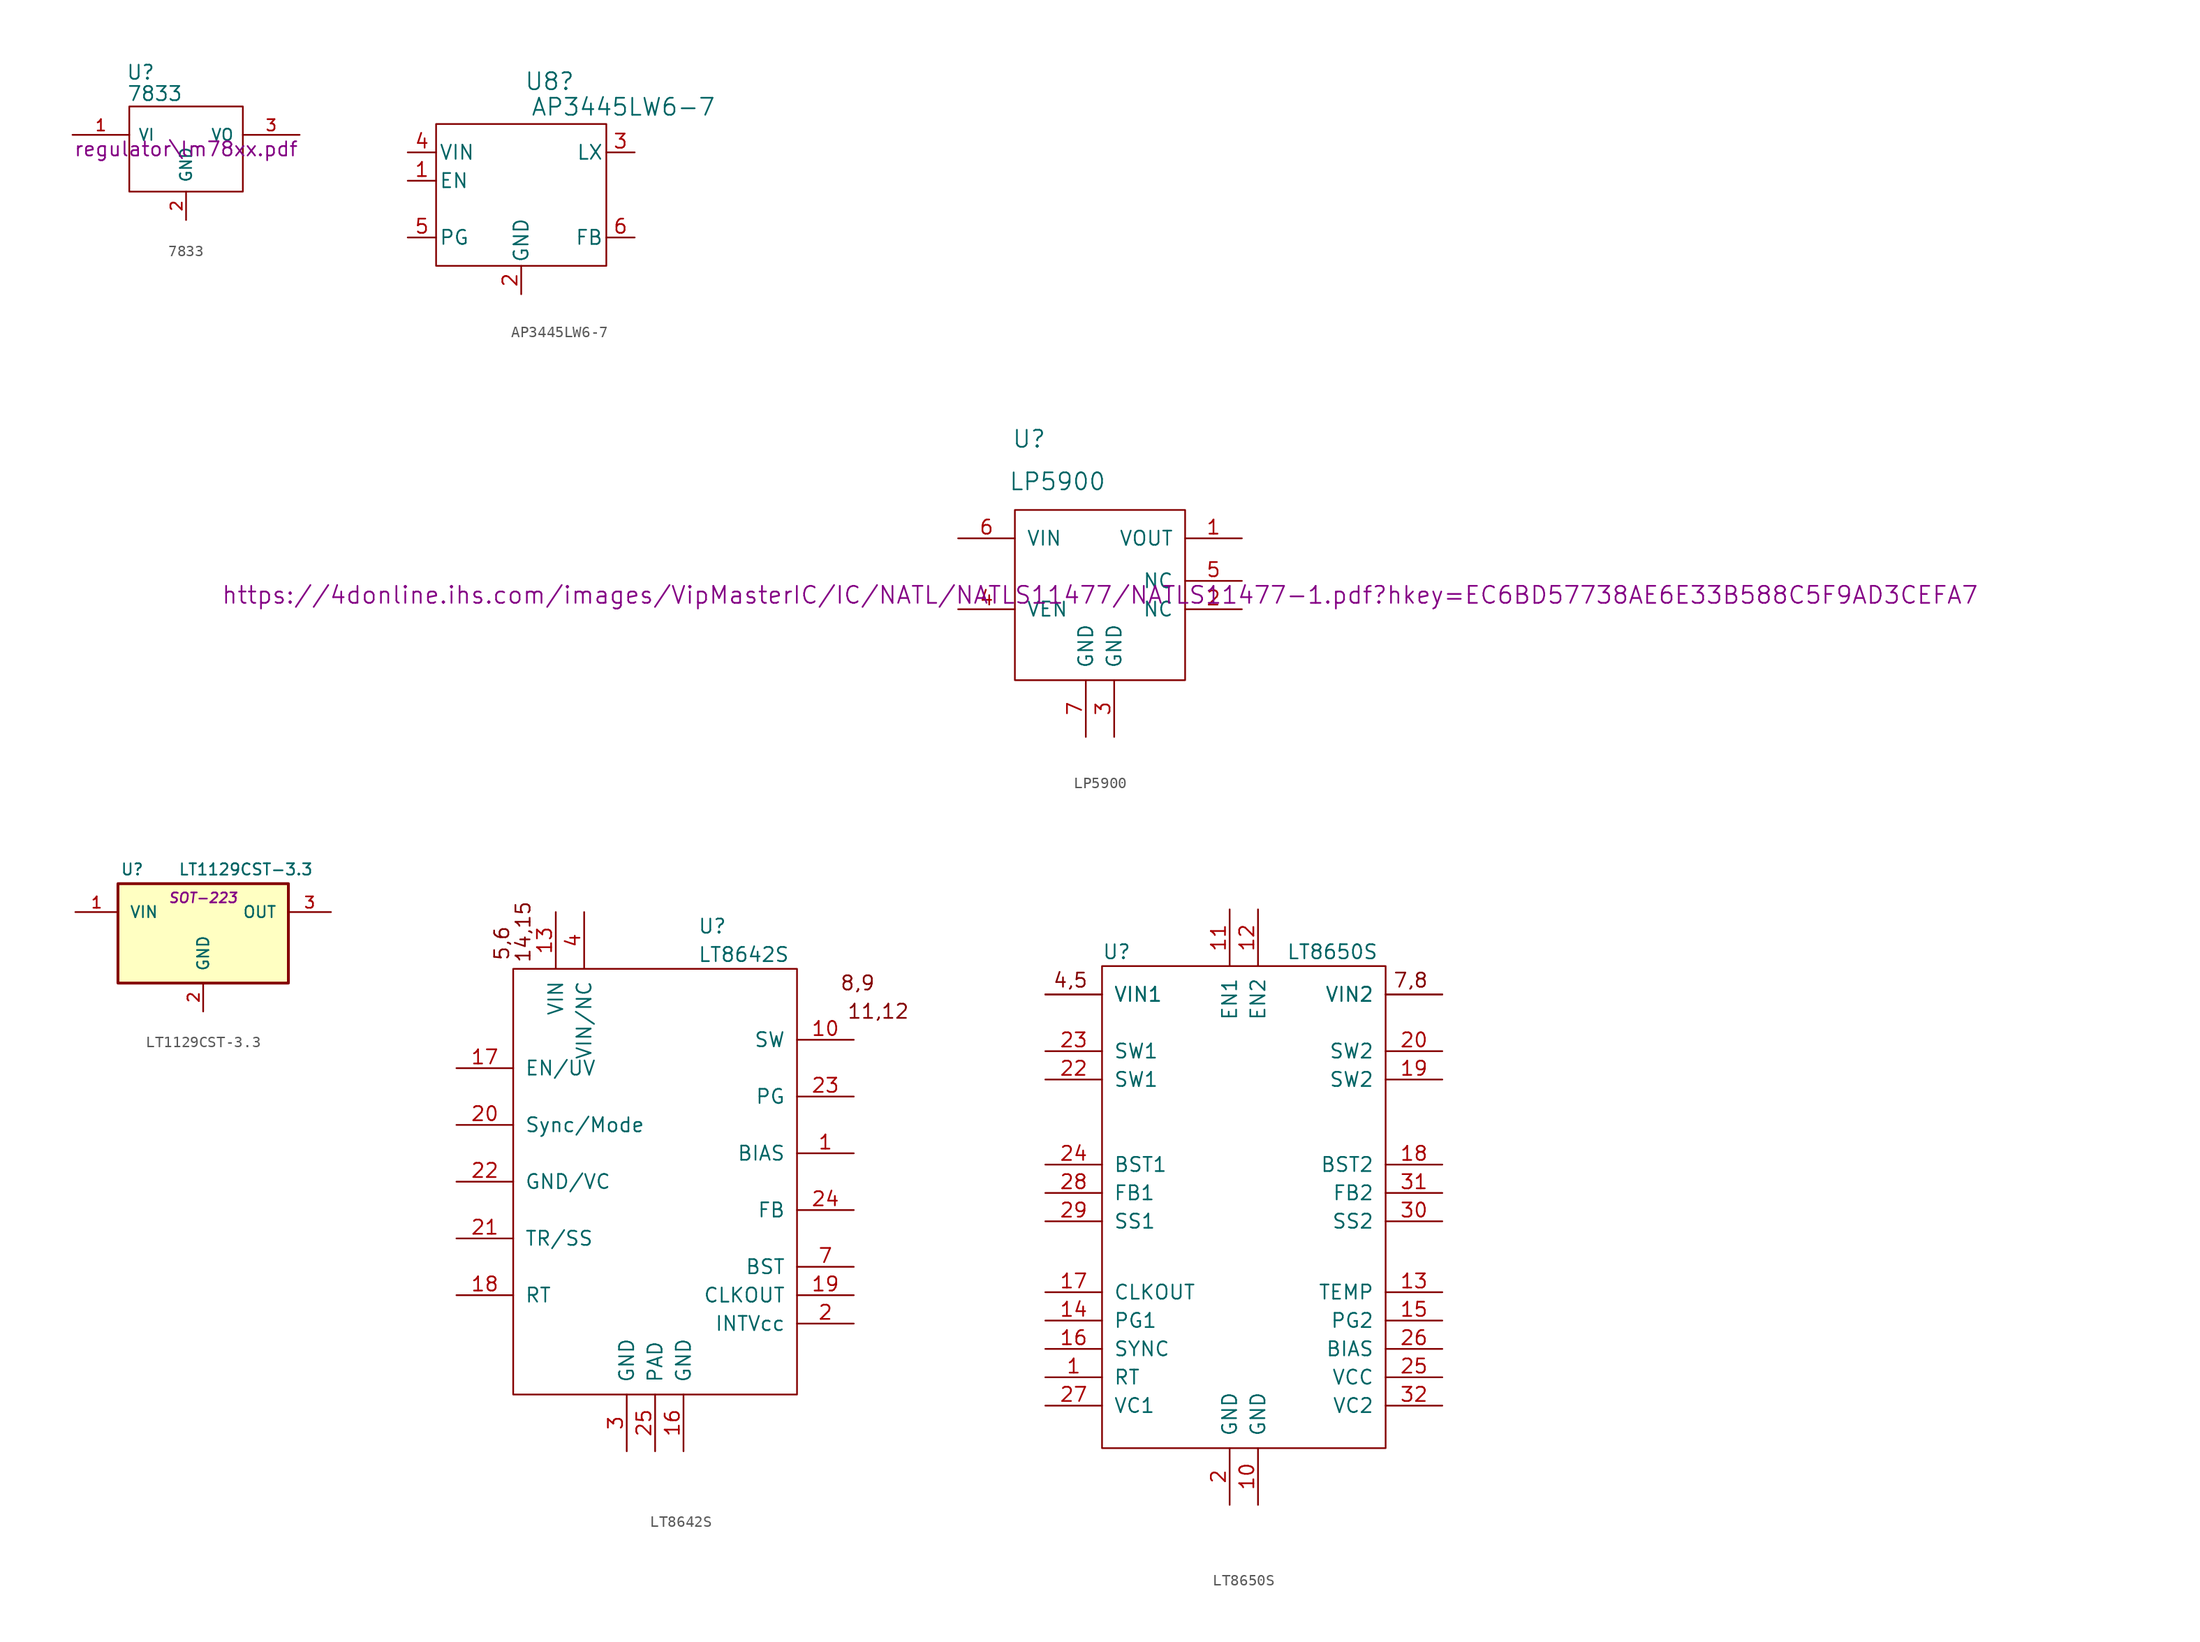
<source format=kicad_sym>
(kicad_symbol_lib
  (version 20231120)
  (generator "kicad_symbol_editor")
  (generator_version "8.0")
  (symbol "7833"
    (pin_names
      (offset 0.762))
    (property "Reference" "U"
      (at -4.064 6.858 0)
      (effects (font (size 1.27 1.27))))
    (property "Value" "7833"
      (at -2.794 4.953 0)
      (effects (font (size 1.27 1.27))))
    (property "Footprint" ""
      (at 0 0 0)
      (effects (font (size 1.27 1.27))))
    (property "Datasheet" "regulator\\lm78xx.pdf"
      (at 0 0 0)
      (effects (font (size 1.27 1.27))))
    (symbol "7833_0_1"
      (rectangle (start -5.08 -3.81) (end 5.08 3.81) (stroke (width 0) (type default)) (fill (type none))))
    (symbol "7833_1_1"
      (pin input line (at -10.16 1.27 0) (length 5.08) (name "VI" (effects (font (size 1.016 1.016)))) (number "1" (effects (font (size 1.016 1.016)))))
      (pin input line (at 0 -6.35 90) (length 2.54) (name "GND" (effects (font (size 1.016 1.016)))) (number "2" (effects (font (size 1.016 1.016)))))
      (pin power_out line (at 10.16 1.27 180) (length 5.08) (name "VO" (effects (font (size 1.016 1.016)))) (number "3" (effects (font (size 1.016 1.016)))))))
  (symbol "AP3445LW6-7"
    (pin_names
      (offset 0.254))
    (property "Reference" "U8"
      (at 2.54 10.16 0)
      (effects (font (size 1.524 1.524))))
    (property "Value" "AP3445LW6-7"
      (at 9.144 7.874 0)
      (effects (font (size 1.524 1.524))))
    (symbol "AP3445LW6-7_0_1"
      (rectangle (start -7.62 6.35) (end 7.62 -6.35) (stroke (width 0) (type default)) (fill (type none)))
      (pin input line (at -10.16 1.27 0) (length 2.54) (name "EN" (effects (font (size 1.27 1.27)))) (number "1" (effects (font (size 1.27 1.27)))))
      (pin input line (at -10.16 3.81 0) (length 2.54) (name "VIN" (effects (font (size 1.27 1.27)))) (number "4" (effects (font (size 1.27 1.27)))))
      (pin output line (at -10.16 -3.81 0) (length 2.54) (name "PG" (effects (font (size 1.27 1.27)))) (number "5" (effects (font (size 1.27 1.27)))))
      (pin unspecified line (at 10.16 -3.81 180) (length 2.54) (name "FB" (effects (font (size 1.27 1.27)))) (number "6" (effects (font (size 1.27 1.27))))))
    (symbol "AP3445LW6-7_1_1"
      (pin power_out line (at 0 -8.89 90) (length 2.54) (name "GND" (effects (font (size 1.27 1.27)))) (number "2" (effects (font (size 1.27 1.27)))))
      (pin unspecified line (at 10.16 3.81 180) (length 2.54) (name "LX" (effects (font (size 1.27 1.27)))) (number "3" (effects (font (size 1.27 1.27)))))))
  (symbol "LP5900"
    (pin_names
      (offset 1.016))
    (property "Reference" "U"
      (at -6.35 13.97 0)
      (effects (font (size 1.524 1.524))))
    (property "Value" "LP5900"
      (at -3.81 10.16 0)
      (effects (font (size 1.524 1.524))))
    (property "Datasheet" "https://4donline.ihs.com/images/VipMasterIC/IC/NATL/NATLS11477/NATLS11477-1.pdf?hkey=EC6BD57738AE6E33B588C5F9AD3CEFA7"
      (at 0 0 0)
      (effects (font (size 1.524 1.524))))
    (symbol "LP5900_0_0"
      (rectangle (start -7.62 -7.62) (end 7.62 7.62) (stroke (width 0) (type default)) (fill (type none))))
    (symbol "LP5900_1_1"
      (pin input line (at 12.7 5.08 180) (length 5.08) (name "VOUT" (effects (font (size 1.27 1.27)))) (number "1" (effects (font (size 1.27 1.27)))))
      (pin input line (at 12.7 -1.27 180) (length 5.08) (name "NC" (effects (font (size 1.27 1.27)))) (number "2" (effects (font (size 1.27 1.27)))))
      (pin input line (at 1.27 -12.7 90) (length 5.08) (name "GND" (effects (font (size 1.27 1.27)))) (number "3" (effects (font (size 1.27 1.27)))))
      (pin input line (at -12.7 -1.27 0) (length 5.08) (name "VEN" (effects (font (size 1.27 1.27)))) (number "4" (effects (font (size 1.27 1.27)))))
      (pin input line (at 12.7 1.27 180) (length 5.08) (name "NC" (effects (font (size 1.27 1.27)))) (number "5" (effects (font (size 1.27 1.27)))))
      (pin input line (at -12.7 5.08 0) (length 5.08) (name "VIN" (effects (font (size 1.27 1.27)))) (number "6" (effects (font (size 1.27 1.27)))))
      (pin input line (at -1.27 -12.7 90) (length 5.08) (name "GND" (effects (font (size 1.27 1.27)))) (number "7" (effects (font (size 1.27 1.27)))))))
  (symbol "LT1129CST-3.3"
    (pin_names
      (offset 1.016))
    (property "Reference" "U"
      (at -6.35 5.08 0)
      (effects (font (size 1.016 1.016))))
    (property "Value" "LT1129CST-3.3"
      (at 3.81 5.08 0)
      (effects (font (size 1.016 1.016))))
    (property "Footprint" "SOT-223"
      (at 0 2.54 0)
      (effects (font (size 0.889 0.889) (italic yes))))
    (property "Datasheet" ""
      (at 0 0 0)
      (effects (font (size 1.524 1.524))))
    (symbol "LT1129CST-3.3_0_1"
      (rectangle (start -7.62 3.81) (end 7.62 -5.08) (stroke (width 0.254) (type default)) (fill (type background))))
    (symbol "LT1129CST-3.3_1_1"
      (pin power_in line (at -11.43 1.27 0) (length 3.81) (name "VIN" (effects (font (size 1.016 1.016)))) (number "1" (effects (font (size 1.016 1.016)))))
      (pin power_in line (at 0 -7.62 90) (length 2.54) (name "GND" (effects (font (size 1.016 1.016)))) (number "2" (effects (font (size 1.016 1.016)))))
      (pin power_out line (at 11.43 1.27 180) (length 3.81) (name "OUT" (effects (font (size 1.016 1.016)))) (number "3" (effects (font (size 1.016 1.016)))))))
  (symbol "LT8642S"
    (pin_names
      (offset 1.016))
    (property "Reference" "U"
      (at 3.81 22.86 0)
      (effects (font (size 1.27 1.27)) (justify left)))
    (property "Value" "LT8642S"
      (at 3.81 20.32 0)
      (effects (font (size 1.27 1.27)) (justify left)))
    (symbol "LT8642S_0_0"
      (text "14,15" (at -11.811 22.352 900) (effects (font (size 1.27 1.27))))
      (text "5,6" (at -13.716 21.336 900) (effects (font (size 1.27 1.27)))))
    (symbol "LT8642S_0_1"
      (rectangle (start -12.7 19.05) (end 12.7 -19.05) (stroke (width 0) (type default)) (fill (type none))))
    (symbol "LT8642S_1_0"
      (text "11,12" (at 17.145 15.24 0) (effects (font (size 1.27 1.27)) (justify left)))
      (text "8,9" (at 16.51 17.78 0) (effects (font (size 1.27 1.27)) (justify left))))
    (symbol "LT8642S_1_1"
      (pin input line (at 17.78 2.54 180) (length 5.08) (name "BIAS" (effects (font (size 1.27 1.27)))) (number "1" (effects (font (size 1.27 1.27)))))
      (pin passive line (at 17.78 12.7 180) (length 5.08) (name "SW" (effects (font (size 1.27 1.27)))) (number "10" (effects (font (size 1.27 1.27)))))
      (pin passive line (at 17.78 12.7 180) (length 5.08) hide (name "SW" (effects (font (size 1.27 1.27)))) (number "11" (effects (font (size 1.27 1.27)))))
      (pin passive line (at 17.78 12.7 180) (length 5.08) hide (name "SW" (effects (font (size 1.27 1.27)))) (number "12" (effects (font (size 1.27 1.27)))))
      (pin power_in line (at -8.89 24.13 270) (length 5.08) (name "VIN" (effects (font (size 1.27 1.27)))) (number "13" (effects (font (size 1.27 1.27)))))
      (pin passive line (at -8.89 24.13 270) (length 5.08) hide (name "VIN" (effects (font (size 1.27 1.27)))) (number "14" (effects (font (size 1.27 1.27)))))
      (pin passive line (at -8.89 24.13 270) (length 5.08) hide (name "VIN" (effects (font (size 1.27 1.27)))) (number "15" (effects (font (size 1.27 1.27)))))
      (pin passive line (at 2.54 -24.13 90) (length 5.08) (name "GND" (effects (font (size 1.27 1.27)))) (number "16" (effects (font (size 1.27 1.27)))))
      (pin input line (at -17.78 10.16 0) (length 5.08) (name "EN/UV" (effects (font (size 1.27 1.27)))) (number "17" (effects (font (size 1.27 1.27)))))
      (pin passive line (at -17.78 -10.16 0) (length 5.08) (name "RT" (effects (font (size 1.27 1.27)))) (number "18" (effects (font (size 1.27 1.27)))))
      (pin passive line (at 17.78 -10.16 180) (length 5.08) (name "CLKOUT" (effects (font (size 1.27 1.27)))) (number "19" (effects (font (size 1.27 1.27)))))
      (pin passive line (at 17.78 -12.7 180) (length 5.08) (name "INTVcc" (effects (font (size 1.27 1.27)))) (number "2" (effects (font (size 1.27 1.27)))))
      (pin input line (at -17.78 5.08 0) (length 5.08) (name "Sync/Mode" (effects (font (size 1.27 1.27)))) (number "20" (effects (font (size 1.27 1.27)))))
      (pin passive line (at -17.78 -5.08 0) (length 5.08) (name "TR/SS" (effects (font (size 1.27 1.27)))) (number "21" (effects (font (size 1.27 1.27)))))
      (pin input line (at -17.78 0 0) (length 5.08) (name "GND/VC" (effects (font (size 1.27 1.27)))) (number "22" (effects (font (size 1.27 1.27)))))
      (pin passive line (at 17.78 7.62 180) (length 5.08) (name "PG" (effects (font (size 1.27 1.27)))) (number "23" (effects (font (size 1.27 1.27)))))
      (pin passive line (at 17.78 -2.54 180) (length 5.08) (name "FB" (effects (font (size 1.27 1.27)))) (number "24" (effects (font (size 1.27 1.27)))))
      (pin passive line (at 0 -24.13 90) (length 5.08) (name "PAD" (effects (font (size 1.27 1.27)))) (number "25" (effects (font (size 1.27 1.27)))))
      (pin passive line (at -2.54 -24.13 90) (length 5.08) (name "GND" (effects (font (size 1.27 1.27)))) (number "3" (effects (font (size 1.27 1.27)))))
      (pin power_in line (at -6.35 24.13 270) (length 5.08) (name "VIN/NC" (effects (font (size 1.27 1.27)))) (number "4" (effects (font (size 1.27 1.27)))))
      (pin passive line (at -8.89 24.13 270) (length 5.08) hide (name "VIN" (effects (font (size 1.27 1.27)))) (number "5" (effects (font (size 1.27 1.27)))))
      (pin passive line (at -8.89 24.13 270) (length 5.08) hide (name "VIN" (effects (font (size 1.27 1.27)))) (number "6" (effects (font (size 1.27 1.27)))))
      (pin passive line (at 17.78 -7.62 180) (length 5.08) (name "BST" (effects (font (size 1.27 1.27)))) (number "7" (effects (font (size 1.27 1.27)))))
      (pin passive line (at 17.78 12.7 180) (length 5.08) hide (name "SW" (effects (font (size 1.27 1.27)))) (number "8" (effects (font (size 1.27 1.27)))))
      (pin passive line (at 17.78 12.7 180) (length 5.08) hide (name "SW" (effects (font (size 1.27 1.27)))) (number "9" (effects (font (size 1.27 1.27)))))))
  (symbol "LT8650S"
    (pin_names
      (offset 1.016))
    (property "Reference" "U"
      (at -12.7 22.86 0)
      (effects (font (size 1.27 1.27)) (justify left)))
    (property "Value" "LT8650S"
      (at 3.81 22.86 0)
      (effects (font (size 1.27 1.27)) (justify left)))
    (symbol "LT8650S_0_1"
      (rectangle (start -12.7 21.59) (end 12.7 -21.59) (stroke (width 0) (type default)) (fill (type none))))
    (symbol "LT8650S_1_0"
      (text "4,5" (at -17.145 20.32 0) (effects (font (size 1.27 1.27)) (justify left)))
      (text "7,8" (at 13.335 20.32 0) (effects (font (size 1.27 1.27)) (justify left))))
    (symbol "LT8650S_1_1"
      (pin input line (at -17.78 -15.24 0) (length 5.08) (name "RT" (effects (font (size 1.27 1.27)))) (number "1" (effects (font (size 1.27 1.27)))))
      (pin passive line (at 1.27 -26.67 90) (length 5.08) (name "GND" (effects (font (size 1.27 1.27)))) (number "10" (effects (font (size 1.27 1.27)))))
      (pin passive line (at -1.27 26.67 270) (length 5.08) (name "EN1" (effects (font (size 1.27 1.27)))) (number "11" (effects (font (size 1.27 1.27)))))
      (pin passive line (at 1.27 26.67 270) (length 5.08) (name "EN2" (effects (font (size 1.27 1.27)))) (number "12" (effects (font (size 1.27 1.27)))))
      (pin passive line (at 17.78 -7.62 180) (length 5.08) (name "TEMP" (effects (font (size 1.27 1.27)))) (number "13" (effects (font (size 1.27 1.27)))))
      (pin passive line (at -17.78 -10.16 0) (length 5.08) (name "PG1" (effects (font (size 1.27 1.27)))) (number "14" (effects (font (size 1.27 1.27)))))
      (pin passive line (at 17.78 -10.16 180) (length 5.08) (name "PG2" (effects (font (size 1.27 1.27)))) (number "15" (effects (font (size 1.27 1.27)))))
      (pin passive line (at -17.78 -12.7 0) (length 5.08) (name "SYNC" (effects (font (size 1.27 1.27)))) (number "16" (effects (font (size 1.27 1.27)))))
      (pin passive line (at -17.78 -7.62 0) (length 5.08) (name "CLKOUT" (effects (font (size 1.27 1.27)))) (number "17" (effects (font (size 1.27 1.27)))))
      (pin passive line (at 17.78 3.81 180) (length 5.08) (name "BST2" (effects (font (size 1.27 1.27)))) (number "18" (effects (font (size 1.27 1.27)))))
      (pin power_in line (at 17.78 11.43 180) (length 5.08) (name "SW2" (effects (font (size 1.27 1.27)))) (number "19" (effects (font (size 1.27 1.27)))))
      (pin passive line (at -1.27 -26.67 90) (length 5.08) (name "GND" (effects (font (size 1.27 1.27)))) (number "2" (effects (font (size 1.27 1.27)))))
      (pin power_in line (at 17.78 13.97 180) (length 5.08) (name "SW2" (effects (font (size 1.27 1.27)))) (number "20" (effects (font (size 1.27 1.27)))))
      (pin input line (at -17.78 11.43 0) (length 5.08) (name "SW1" (effects (font (size 1.27 1.27)))) (number "22" (effects (font (size 1.27 1.27)))))
      (pin passive line (at -17.78 13.97 0) (length 5.08) (name "SW1" (effects (font (size 1.27 1.27)))) (number "23" (effects (font (size 1.27 1.27)))))
      (pin input line (at -17.78 3.81 0) (length 5.08) (name "BST1" (effects (font (size 1.27 1.27)))) (number "24" (effects (font (size 1.27 1.27)))))
      (pin passive line (at 17.78 -15.24 180) (length 5.08) (name "VCC" (effects (font (size 1.27 1.27)))) (number "25" (effects (font (size 1.27 1.27)))))
      (pin input line (at 17.78 -12.7 180) (length 5.08) (name "BIAS" (effects (font (size 1.27 1.27)))) (number "26" (effects (font (size 1.27 1.27)))))
      (pin passive line (at -17.78 -17.78 0) (length 5.08) (name "VC1" (effects (font (size 1.27 1.27)))) (number "27" (effects (font (size 1.27 1.27)))))
      (pin passive line (at -17.78 1.27 0) (length 5.08) (name "FB1" (effects (font (size 1.27 1.27)))) (number "28" (effects (font (size 1.27 1.27)))))
      (pin input line (at -17.78 -1.27 0) (length 5.08) (name "SS1" (effects (font (size 1.27 1.27)))) (number "29" (effects (font (size 1.27 1.27)))))
      (pin passive line (at 17.78 -1.27 180) (length 5.08) (name "SS2" (effects (font (size 1.27 1.27)))) (number "30" (effects (font (size 1.27 1.27)))))
      (pin passive line (at 17.78 1.27 180) (length 5.08) (name "FB2" (effects (font (size 1.27 1.27)))) (number "31" (effects (font (size 1.27 1.27)))))
      (pin passive line (at 17.78 -17.78 180) (length 5.08) (name "VC2" (effects (font (size 1.27 1.27)))) (number "32" (effects (font (size 1.27 1.27)))))
      (pin passive line (at -17.78 19.05 0) (length 5.08) (name "VIN1" (effects (font (size 1.27 1.27)))) (number "4" (effects (font (size 0 0)))))
      (pin passive line (at -17.78 19.05 0) (length 5.08) (name "VIN1" (effects (font (size 1.27 1.27)))) (number "5" (effects (font (size 0 0)))))
      (pin passive line (at 17.78 19.05 180) (length 5.08) (name "VIN2" (effects (font (size 1.27 1.27)))) (number "7" (effects (font (size 0 0)))))
      (pin passive line (at 17.78 19.05 180) (length 5.08) (name "VIN2" (effects (font (size 1.27 1.27)))) (number "8" (effects (font (size 0 0))))))))
</source>
